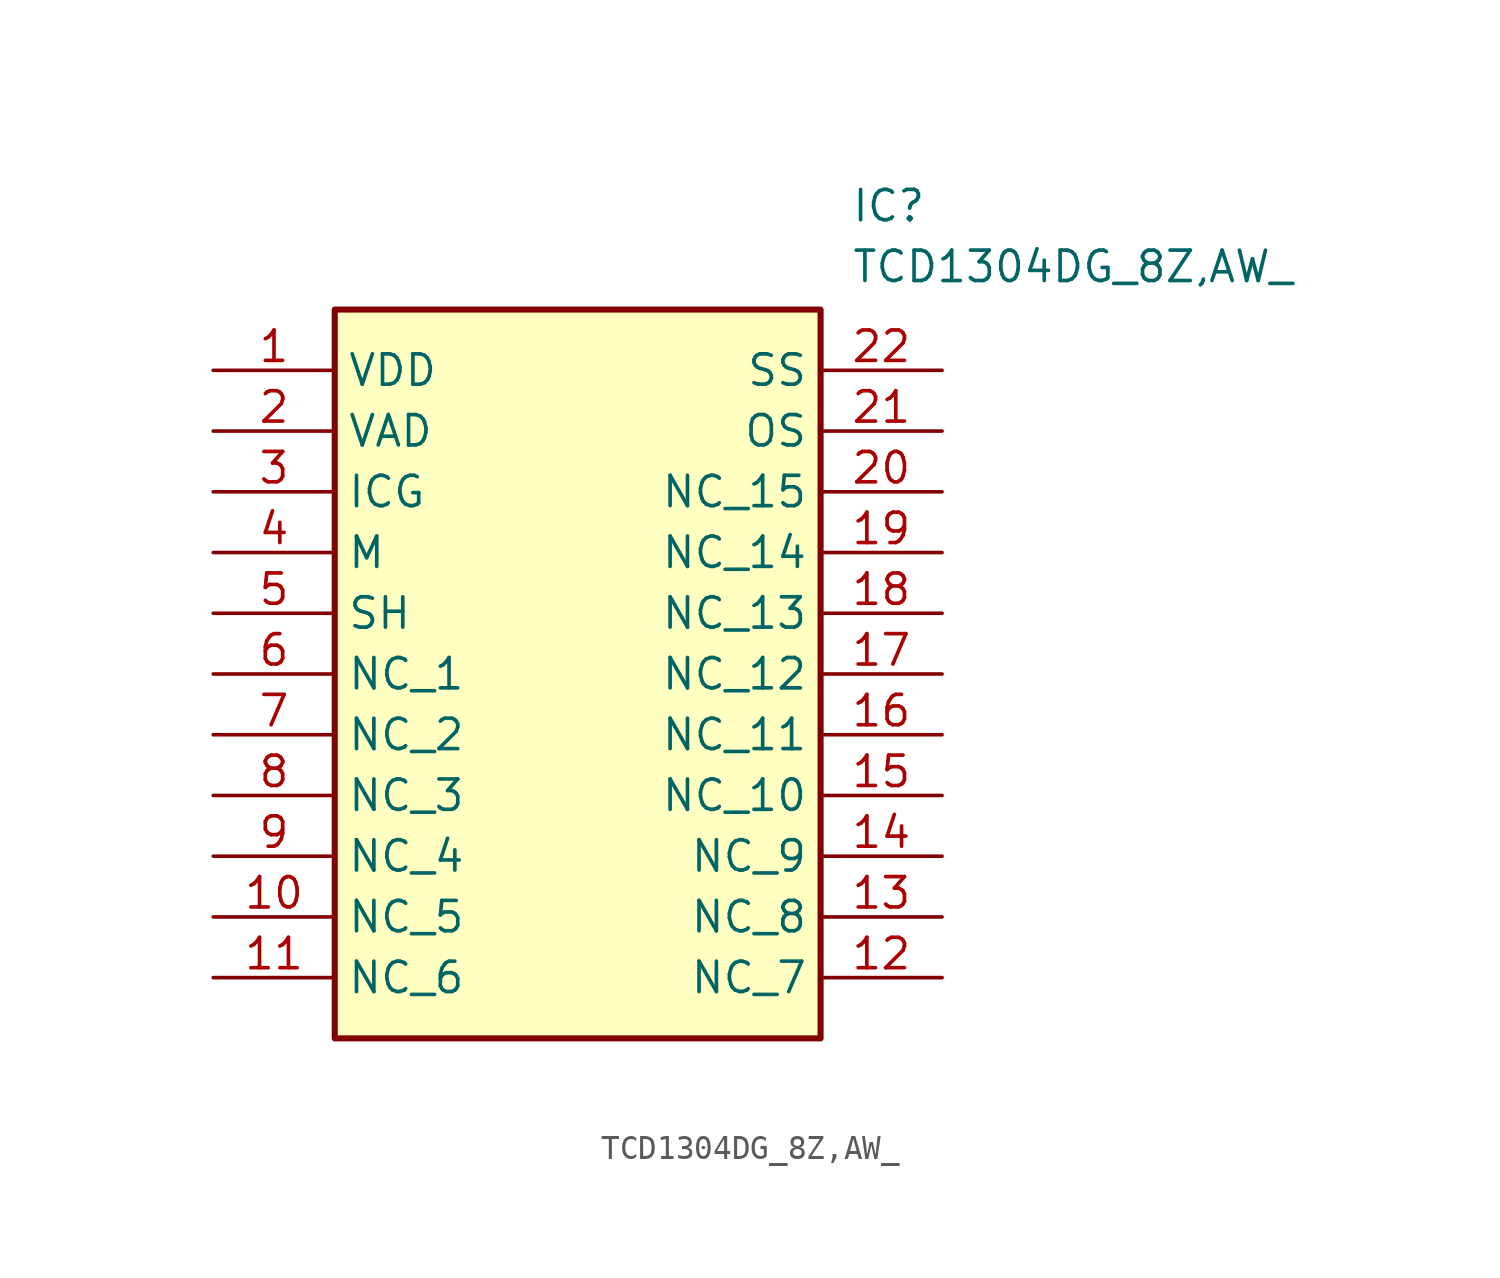
<source format=kicad_sym>
(kicad_symbol_lib
  (version 20211014)
  (generator SamacSys_ECAD_Model)
  (symbol "TCD1304DG_8Z,AW_"
    (property "Reference" "IC"
      (at 26.67 7.62 0)
      (effects (font (size 1.27 1.27)) (justify left top)))
    (property "Value" "TCD1304DG_8Z,AW_"
      (at 26.67 5.08 0)
      (effects (font (size 1.27 1.27)) (justify left top)))
    (rectangle
      (start 5.08 2.54)
      (end 25.4 -27.94)
      (stroke (width 0.254) (type default))
      (fill (type background)))
    (pin power_in line
      (at 0 0 0)
      (length 5.08)
      (name "VDD" (effects (font (size 1.27 1.27))))
      (number "1" (effects (font (size 1.27 1.27)))))
    (pin power_in line
      (at 0 -2.54 0)
      (length 5.08)
      (name "VAD" (effects (font (size 1.27 1.27))))
      (number "2" (effects (font (size 1.27 1.27)))))
    (pin input line
      (at 0 -5.08 0)
      (length 5.08)
      (name "ICG" (effects (font (size 1.27 1.27))))
      (number "3" (effects (font (size 1.27 1.27)))))
    (pin input line
      (at 0 -7.62 0)
      (length 5.08)
      (name "M" (effects (font (size 1.27 1.27))))
      (number "4" (effects (font (size 1.27 1.27)))))
    (pin input line
      (at 0 -10.16 0)
      (length 5.08)
      (name "SH" (effects (font (size 1.27 1.27))))
      (number "5" (effects (font (size 1.27 1.27)))))
    (pin power_in line
      (at 0 -12.7 0)
      (length 5.08)
      (name "NC_1" (effects (font (size 1.27 1.27))))
      (number "6" (effects (font (size 1.27 1.27)))))
    (pin power_in line
      (at 0 -15.24 0)
      (length 5.08)
      (name "NC_2" (effects (font (size 1.27 1.27))))
      (number "7" (effects (font (size 1.27 1.27)))))
    (pin power_in line
      (at 0 -17.78 0)
      (length 5.08)
      (name "NC_3" (effects (font (size 1.27 1.27))))
      (number "8" (effects (font (size 1.27 1.27)))))
    (pin power_in line
      (at 0 -20.32 0)
      (length 5.08)
      (name "NC_4" (effects (font (size 1.27 1.27))))
      (number "9" (effects (font (size 1.27 1.27)))))
    (pin power_in line
      (at 0 -22.86 0)
      (length 5.08)
      (name "NC_5" (effects (font (size 1.27 1.27))))
      (number "10" (effects (font (size 1.27 1.27)))))
    (pin power_in line
      (at 0 -25.4 0)
      (length 5.08)
      (name "NC_6" (effects (font (size 1.27 1.27))))
      (number "11" (effects (font (size 1.27 1.27)))))
    (pin power_in line
      (at 30.48 0 180)
      (length 5.08)
      (name "SS" (effects (font (size 1.27 1.27))))
      (number "22" (effects (font (size 1.27 1.27)))))
    (pin output line
      (at 30.48 -2.54 180)
      (length 5.08)
      (name "OS" (effects (font (size 1.27 1.27))))
      (number "21" (effects (font (size 1.27 1.27)))))
    (pin power_in line
      (at 30.48 -5.08 180)
      (length 5.08)
      (name "NC_15" (effects (font (size 1.27 1.27))))
      (number "20" (effects (font (size 1.27 1.27)))))
    (pin power_in line
      (at 30.48 -7.62 180)
      (length 5.08)
      (name "NC_14" (effects (font (size 1.27 1.27))))
      (number "19" (effects (font (size 1.27 1.27)))))
    (pin power_in line
      (at 30.48 -10.16 180)
      (length 5.08)
      (name "NC_13" (effects (font (size 1.27 1.27))))
      (number "18" (effects (font (size 1.27 1.27)))))
    (pin power_in line
      (at 30.48 -12.7 180)
      (length 5.08)
      (name "NC_12" (effects (font (size 1.27 1.27))))
      (number "17" (effects (font (size 1.27 1.27)))))
    (pin power_in line
      (at 30.48 -15.24 180)
      (length 5.08)
      (name "NC_11" (effects (font (size 1.27 1.27))))
      (number "16" (effects (font (size 1.27 1.27)))))
    (pin power_in line
      (at 30.48 -17.78 180)
      (length 5.08)
      (name "NC_10" (effects (font (size 1.27 1.27))))
      (number "15" (effects (font (size 1.27 1.27)))))
    (pin power_in line
      (at 30.48 -20.32 180)
      (length 5.08)
      (name "NC_9" (effects (font (size 1.27 1.27))))
      (number "14" (effects (font (size 1.27 1.27)))))
    (pin power_in line
      (at 30.48 -22.86 180)
      (length 5.08)
      (name "NC_8" (effects (font (size 1.27 1.27))))
      (number "13" (effects (font (size 1.27 1.27)))))
    (pin power_in line
      (at 30.48 -25.4 180)
      (length 5.08)
      (name "NC_7" (effects (font (size 1.27 1.27))))
      (number "12" (effects (font (size 1.27 1.27)))))))
</source>
